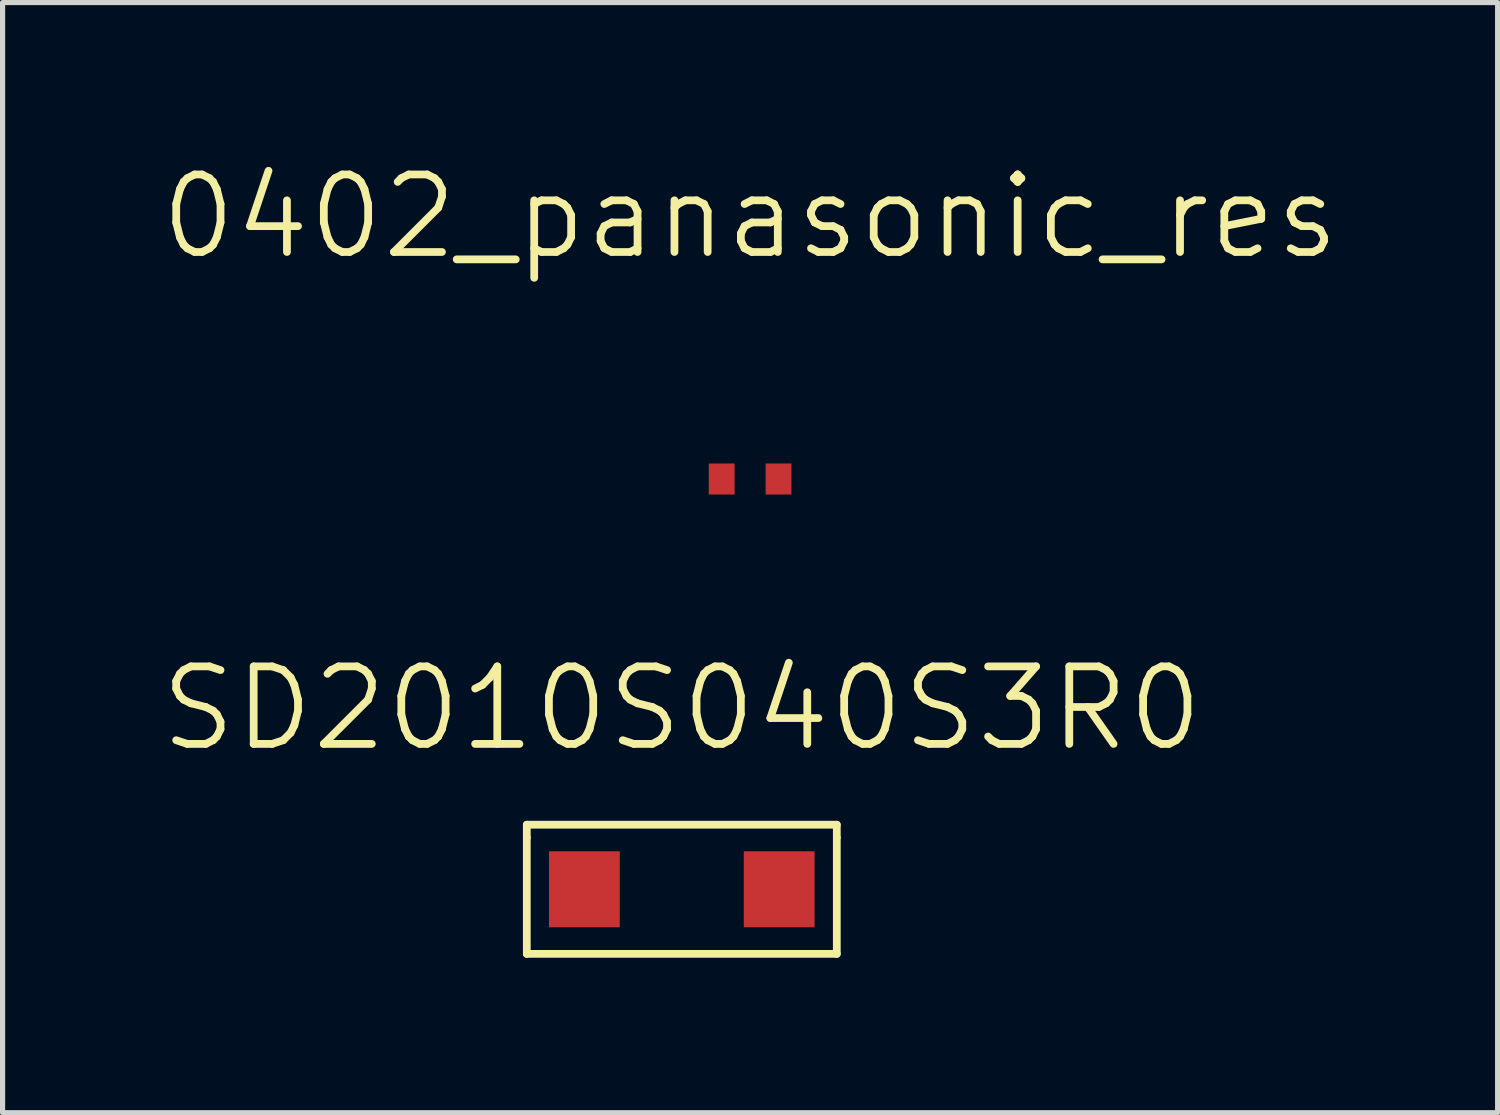
<source format=kicad_pcb>
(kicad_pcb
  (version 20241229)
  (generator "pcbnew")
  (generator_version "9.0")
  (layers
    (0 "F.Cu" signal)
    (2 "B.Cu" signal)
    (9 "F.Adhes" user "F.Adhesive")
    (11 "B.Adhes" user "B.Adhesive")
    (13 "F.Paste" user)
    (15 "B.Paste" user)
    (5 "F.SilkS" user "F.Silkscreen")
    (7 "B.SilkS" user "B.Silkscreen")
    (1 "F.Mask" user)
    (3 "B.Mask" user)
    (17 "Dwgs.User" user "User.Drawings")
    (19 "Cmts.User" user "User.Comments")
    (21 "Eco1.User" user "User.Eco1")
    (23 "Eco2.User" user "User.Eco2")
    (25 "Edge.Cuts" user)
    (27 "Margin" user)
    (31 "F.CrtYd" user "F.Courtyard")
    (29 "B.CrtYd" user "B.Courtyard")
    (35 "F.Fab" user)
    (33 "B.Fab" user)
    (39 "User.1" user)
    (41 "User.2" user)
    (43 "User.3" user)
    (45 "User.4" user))
  (footprint "SD2010S040S3R0"
    (layer "F.Cu")
    (at 10.146 14.162)
    (property "Reference" "SD2010S040S3R0" (at 0 -3.5 0) (layer "F.SilkS") (effects (font (size 1.5 1.5) (thickness 0.15))))
    (attr through_hole)
    (fp_line (start -3 -1.25) (end -3 -1) (stroke (width 0.15) (type solid)) (layer "F.SilkS"))
    (fp_line (start -3 -1.25) (end 3 -1.25) (stroke (width 0.15) (type solid)) (layer "F.SilkS"))
    (fp_line (start -3 1.25) (end -3 -1) (stroke (width 0.15) (type solid)) (layer "F.SilkS"))
    (fp_line (start 3 -1.25) (end 3 -1) (stroke (width 0.15) (type solid)) (layer "F.SilkS"))
    (fp_line (start 3 -1) (end 3 1.25) (stroke (width 0.15) (type solid)) (layer "F.SilkS"))
    (fp_line (start 3 1.25) (end -3 1.25) (stroke (width 0.15) (type solid)) (layer "F.SilkS"))
    (pad "1" smd rect (at -1.885 0) (size 1.37 1.47) (layers "F.Cu" "F.Mask" "F.Paste"))
    (pad "2" smd rect (at 1.885 0) (size 1.37 1.47) (layers "F.Cu" "F.Mask" "F.Paste")))
  (footprint "0402_panasonic_res"
    (layer "F.Cu")
    (at 11.468 6.221)
    (property "Reference" "0402_panasonic_res" (at 0 -5.08 0) (layer "F.SilkS") (effects (font (size 1.5 1.5) (thickness 0.15))))
    (attr through_hole)
    (pad "1" smd rect (at -0.55 0) (size 0.5 0.6) (layers "F.Cu" "F.Mask" "F.Paste"))
    (pad "2" smd rect (at 0.55 0) (size 0.5 0.6) (layers "F.Cu" "F.Mask" "F.Paste")))
  (gr_rect
    (start -3 -3)
    (end 25.936 18.486)
    (stroke (width 0.1) (type default))
    (fill no)
    (layer "Edge.Cuts")))
</source>
